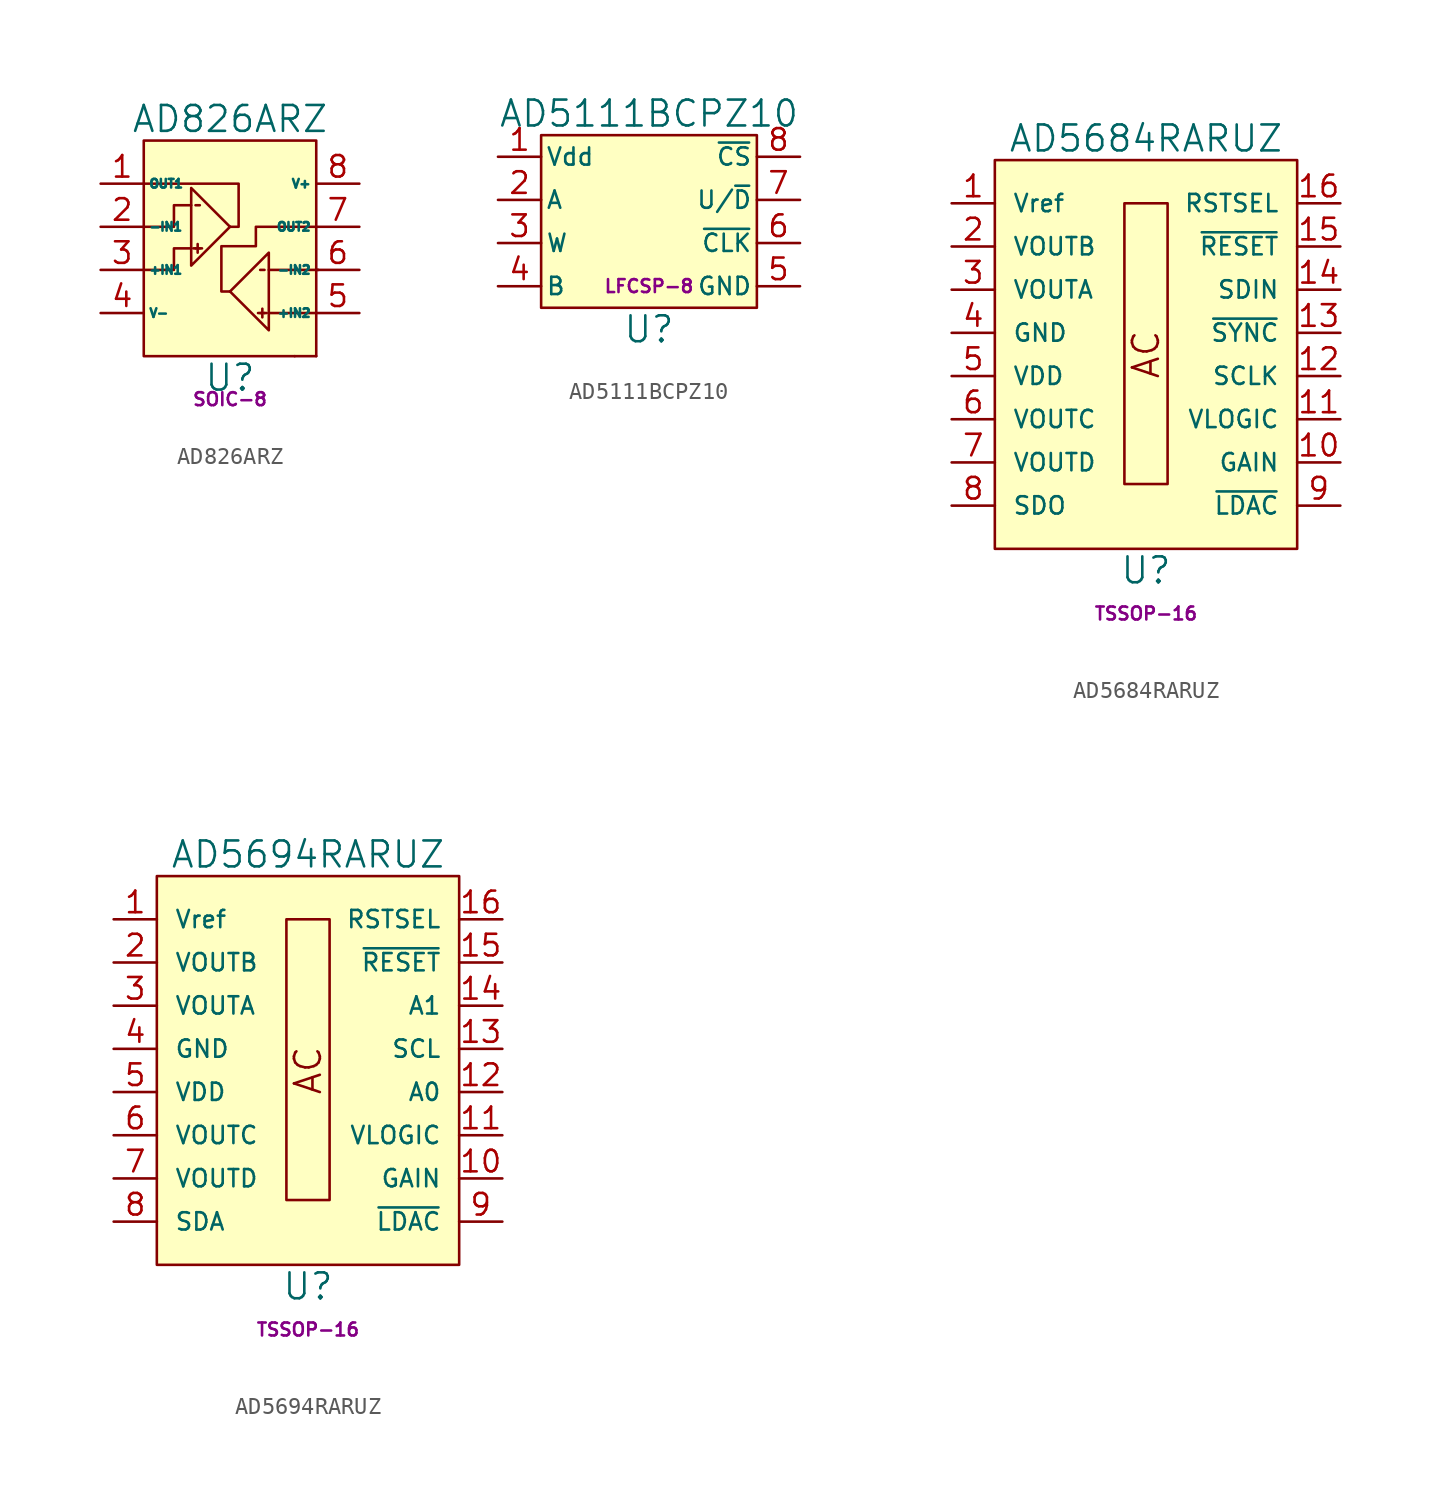
<source format=kicad_sym>
(kicad_symbol_lib
  (version 20220914)
  (generator kicad_symbol_editor)
  (symbol "AD826ARZ"
    (pin_names
      (offset 0.254))
    (property "Reference" "U"
      (at 0 -7.62 0)
      (effects (font (size 1.524 1.524))))
    (property "Value" "AD826ARZ"
      (at 0 7.62 0)
      (effects (font (size 1.524 1.524))))
    (property "Footprint" "SOIC-8"
      (at 0 -8.89 0)
      (effects (font (size 0.762 0.762))))
    (property "Datasheet" ""
      (at 0 0 0)
      (effects (font (size 1.524 1.524))))
    (symbol "AD826ARZ_0_1"
      (rectangle (start -5.08 6.35) (end 5.08 -6.35) (stroke (width 0) (type default)) (fill (type background)))
      (polyline (pts (xy -2.032 0) (xy -2.159 0)) (stroke (width 0) (type default)) (fill (type none)))
      (polyline (pts (xy -2.032 0) (xy -1.778 0)) (stroke (width 0) (type default)) (fill (type none)))
      (polyline (pts (xy -2.032 2.54) (xy -1.778 2.54)) (stroke (width 0) (type default)) (fill (type none)))
      (polyline (pts (xy -1.905 0.254) (xy -1.905 -0.254)) (stroke (width 0) (type default)) (fill (type none)))
      (polyline (pts (xy -1.778 0) (xy -1.651 0)) (stroke (width 0) (type default)) (fill (type none)))
      (polyline (pts (xy 0 -2.54) (xy 0 -2.54)) (stroke (width 0) (type default)) (fill (type none)))
      (polyline (pts (xy 0 1.27) (xy 0 1.27)) (stroke (width 0) (type default)) (fill (type none)))
      (polyline (pts (xy 1.778 -3.81) (xy 1.651 -3.81)) (stroke (width 0) (type default)) (fill (type none)))
      (polyline (pts (xy 1.905 -3.556) (xy 1.905 -4.064)) (stroke (width 0) (type default)) (fill (type none)))
      (polyline (pts (xy 2.032 -3.81) (xy 1.778 -3.81)) (stroke (width 0) (type default)) (fill (type none)))
      (polyline (pts (xy 2.032 -3.81) (xy 2.159 -3.81)) (stroke (width 0) (type default)) (fill (type none)))
      (polyline (pts (xy 2.032 -1.27) (xy 1.778 -1.27)) (stroke (width 0) (type default)) (fill (type none)))
      (polyline (pts (xy 5.08 -3.81) (xy 2.286 -3.81)) (stroke (width 0) (type default)) (fill (type none)))
      (polyline (pts (xy 5.207 -1.27) (xy 2.286 -1.27)) (stroke (width 0) (type default)) (fill (type none)))
      (polyline (pts (xy -5.08 -1.27) (xy -3.302 -1.27) (xy -3.302 0) (xy -2.286 0)) (stroke (width 0) (type default)) (fill (type none)))
      (polyline (pts (xy -5.08 1.27) (xy -3.302 1.27) (xy -3.302 2.54) (xy -2.286 2.54)) (stroke (width 0) (type default)) (fill (type none)))
      (polyline (pts (xy -5.08 3.81) (xy 0.508 3.81) (xy 0.508 1.27) (xy 0 1.27)) (stroke (width 0) (type default)) (fill (type none)))
      (polyline (pts (xy 0 -2.54) (xy 2.286 -0.254) (xy 2.286 -4.826) (xy 0 -2.54)) (stroke (width 0) (type default)) (fill (type none)))
      (polyline (pts (xy 0 1.27) (xy -2.286 3.556) (xy -2.286 -1.016) (xy 0 1.27)) (stroke (width 0) (type default)) (fill (type none)))
      (polyline (pts (xy 5.08 1.27) (xy 1.524 1.27) (xy 1.524 0.127) (xy -0.508 0.127) (xy -0.508 -2.54) (xy 0 -2.54)) (stroke (width 0) (type default)) (fill (type none)))
      (rectangle (start 3.81 -6.35) (end 3.81 -6.35) (stroke (width 0) (type default)) (fill (type none)))
      (rectangle (start 5.08 -6.35) (end 5.08 -6.35) (stroke (width 0) (type default)) (fill (type none))))
    (symbol "AD826ARZ_1_1"
      (pin input line (at -7.62 3.81 0) (length 2.54) (name "OUT1" (effects (font (size 0.508 0.508)))) (number "1" (effects (font (size 1.27 1.27)))))
      (pin passive line (at -7.62 1.27 0) (length 2.54) (name "-IN1" (effects (font (size 0.508 0.508)))) (number "2" (effects (font (size 1.27 1.27)))))
      (pin input line (at -7.62 -1.27 0) (length 2.54) (name "+IN1" (effects (font (size 0.508 0.508)))) (number "3" (effects (font (size 1.27 1.27)))))
      (pin input line (at -7.62 -3.81 0) (length 2.54) (name "V-" (effects (font (size 0.508 0.508)))) (number "4" (effects (font (size 1.27 1.27)))))
      (pin input line (at 7.62 -3.81 180) (length 2.54) (name "+IN2" (effects (font (size 0.508 0.508)))) (number "5" (effects (font (size 1.27 1.27)))))
      (pin input line (at 7.62 -1.27 180) (length 2.54) (name "-IN2" (effects (font (size 0.508 0.508)))) (number "6" (effects (font (size 1.27 1.27)))))
      (pin input line (at 7.62 1.27 180) (length 2.54) (name "OUT2" (effects (font (size 0.508 0.508)))) (number "7" (effects (font (size 1.27 1.27)))))
      (pin input line (at 7.62 3.81 180) (length 2.54) (name "V+" (effects (font (size 0.508 0.508)))) (number "8" (effects (font (size 1.27 1.27)))))))
  (symbol "AD5111BCPZ10"
    (pin_names
      (offset 0.254))
    (property "Reference" "U"
      (at 0 -6.35 0)
      (effects (font (size 1.524 1.524))))
    (property "Value" "AD5111BCPZ10"
      (at 0 6.35 0)
      (effects (font (size 1.524 1.524))))
    (property "Footprint" "LFCSP-8"
      (at 0 -3.81 0)
      (effects (font (size 0.762 0.762))))
    (property "Datasheet" ""
      (at 0 0 0)
      (effects (font (size 1.524 1.524))))
    (symbol "AD5111BCPZ10_0_1"
      (rectangle (start -6.35 5.08) (end 6.35 -5.08) (stroke (width 0) (type default)) (fill (type background))))
    (symbol "AD5111BCPZ10_1_1"
      (pin bidirectional line (at -8.89 3.81 0) (length 2.54) (name "Vdd" (effects (font (size 1.016 1.016)))) (number "1" (effects (font (size 1.27 1.27)))))
      (pin bidirectional line (at -8.89 1.27 0) (length 2.54) (name "A" (effects (font (size 1.016 1.016)))) (number "2" (effects (font (size 1.27 1.27)))))
      (pin bidirectional line (at -8.89 -1.27 0) (length 2.54) (name "W" (effects (font (size 1.016 1.016)))) (number "3" (effects (font (size 1.27 1.27)))))
      (pin bidirectional line (at -8.89 -3.81 0) (length 2.54) (name "B" (effects (font (size 1.016 1.016)))) (number "4" (effects (font (size 1.27 1.27)))))
      (pin bidirectional line (at 8.89 -3.81 180) (length 2.54) (name "GND" (effects (font (size 1.016 1.016)))) (number "5" (effects (font (size 1.27 1.27)))))
      (pin bidirectional line (at 8.89 -1.27 180) (length 2.54) (name "~{CLK}" (effects (font (size 1.016 1.016)))) (number "6" (effects (font (size 1.27 1.27)))))
      (pin bidirectional line (at 8.89 1.27 180) (length 2.54) (name "U/~{D}" (effects (font (size 1.016 1.016)))) (number "7" (effects (font (size 1.27 1.27)))))
      (pin bidirectional line (at 8.89 3.81 180) (length 2.54) (name "~{CS}" (effects (font (size 1.016 1.016)))) (number "8" (effects (font (size 1.27 1.27)))))))
  (symbol "AD5684RARUZ"
    (pin_names
      (offset 1.016))
    (property "Reference" "U"
      (at 0 -12.7 0)
      (effects (font (size 1.524 1.524))))
    (property "Value" "AD5684RARUZ"
      (at 0 12.7 0)
      (effects (font (size 1.524 1.524))))
    (property "Footprint" "TSSOP-16"
      (at 0 -15.24 0)
      (effects (font (size 0.762 0.762))))
    (property "Datasheet" ""
      (at 0 0 0)
      (effects (font (size 1.524 1.524))))
    (symbol "AD5684RARUZ_0_0"
      (text "AC" (at 0 0 900) (effects (font (size 1.524 1.524)))))
    (symbol "AD5684RARUZ_0_1"
      (polyline (pts (xy -1.27 8.89) (xy 1.27 8.89) (xy 1.27 -7.62) (xy -1.27 -7.62) (xy -1.27 8.89) (xy -1.27 8.89)) (stroke (width 0) (type default)) (fill (type none)))
      (polyline (pts (xy -8.89 11.43) (xy -8.89 -11.43) (xy 8.89 -11.43) (xy 8.89 11.43) (xy -8.89 11.43) (xy -8.89 11.43) (xy -8.89 11.43)) (stroke (width 0) (type default)) (fill (type background))))
    (symbol "AD5684RARUZ_1_1"
      (pin bidirectional line (at -11.43 8.89 0) (length 2.54) (name "Vref" (effects (font (size 1.016 1.016)))) (number "1" (effects (font (size 1.27 1.27)))))
      (pin bidirectional line (at 11.43 -6.35 180) (length 2.54) (name "GAIN" (effects (font (size 1.016 1.016)))) (number "10" (effects (font (size 1.27 1.27)))))
      (pin bidirectional line (at 11.43 -3.81 180) (length 2.54) (name "VLOGIC" (effects (font (size 1.016 1.016)))) (number "11" (effects (font (size 1.27 1.27)))))
      (pin bidirectional line (at 11.43 -1.27 180) (length 2.54) (name "SCLK" (effects (font (size 1.016 1.016)))) (number "12" (effects (font (size 1.27 1.27)))))
      (pin bidirectional line (at 11.43 1.27 180) (length 2.54) (name "~{SYNC}" (effects (font (size 1.016 1.016)))) (number "13" (effects (font (size 1.27 1.27)))))
      (pin bidirectional line (at 11.43 3.81 180) (length 2.54) (name "SDIN" (effects (font (size 1.016 1.016)))) (number "14" (effects (font (size 1.27 1.27)))))
      (pin bidirectional line (at 11.43 6.35 180) (length 2.54) (name "~{RESET}" (effects (font (size 1.016 1.016)))) (number "15" (effects (font (size 1.27 1.27)))))
      (pin bidirectional line (at 11.43 8.89 180) (length 2.54) (name "RSTSEL" (effects (font (size 1.016 1.016)))) (number "16" (effects (font (size 1.27 1.27)))))
      (pin bidirectional line (at -11.43 6.35 0) (length 2.54) (name "VOUTB" (effects (font (size 1.016 1.016)))) (number "2" (effects (font (size 1.27 1.27)))))
      (pin bidirectional line (at -11.43 3.81 0) (length 2.54) (name "VOUTA" (effects (font (size 1.016 1.016)))) (number "3" (effects (font (size 1.27 1.27)))))
      (pin bidirectional line (at -11.43 1.27 0) (length 2.54) (name "GND" (effects (font (size 1.016 1.016)))) (number "4" (effects (font (size 1.27 1.27)))))
      (pin bidirectional line (at -11.43 -1.27 0) (length 2.54) (name "VDD" (effects (font (size 1.016 1.016)))) (number "5" (effects (font (size 1.27 1.27)))))
      (pin bidirectional line (at -11.43 -3.81 0) (length 2.54) (name "VOUTC" (effects (font (size 1.016 1.016)))) (number "6" (effects (font (size 1.27 1.27)))))
      (pin bidirectional line (at -11.43 -6.35 0) (length 2.54) (name "VOUTD" (effects (font (size 1.016 1.016)))) (number "7" (effects (font (size 1.27 1.27)))))
      (pin bidirectional line (at -11.43 -8.89 0) (length 2.54) (name "SDO" (effects (font (size 1.016 1.016)))) (number "8" (effects (font (size 1.27 1.27)))))
      (pin bidirectional line (at 11.43 -8.89 180) (length 2.54) (name "~{LDAC}" (effects (font (size 1.016 1.016)))) (number "9" (effects (font (size 1.27 1.27)))))))
  (symbol "AD5694RARUZ"
    (pin_names
      (offset 1.016))
    (property "Reference" "U"
      (at 0 -12.7 0)
      (effects (font (size 1.524 1.524))))
    (property "Value" "AD5694RARUZ"
      (at 0 12.7 0)
      (effects (font (size 1.524 1.524))))
    (property "Footprint" "TSSOP-16"
      (at 0 -15.24 0)
      (effects (font (size 0.762 0.762))))
    (property "Datasheet" ""
      (at 0 0 0)
      (effects (font (size 1.524 1.524))))
    (symbol "AD5694RARUZ_0_0"
      (text "AC" (at 0 0 900) (effects (font (size 1.524 1.524)))))
    (symbol "AD5694RARUZ_0_1"
      (polyline (pts (xy -1.27 8.89) (xy 1.27 8.89) (xy 1.27 -7.62) (xy -1.27 -7.62) (xy -1.27 8.89) (xy -1.27 8.89)) (stroke (width 0) (type default)) (fill (type none)))
      (polyline (pts (xy -8.89 11.43) (xy -8.89 -11.43) (xy 8.89 -11.43) (xy 8.89 11.43) (xy -8.89 11.43) (xy -8.89 11.43) (xy -8.89 11.43)) (stroke (width 0) (type default)) (fill (type background))))
    (symbol "AD5694RARUZ_1_1"
      (pin bidirectional line (at -11.43 8.89 0) (length 2.54) (name "Vref" (effects (font (size 1.016 1.016)))) (number "1" (effects (font (size 1.27 1.27)))))
      (pin bidirectional line (at 11.43 -6.35 180) (length 2.54) (name "GAIN" (effects (font (size 1.016 1.016)))) (number "10" (effects (font (size 1.27 1.27)))))
      (pin bidirectional line (at 11.43 -3.81 180) (length 2.54) (name "VLOGIC" (effects (font (size 1.016 1.016)))) (number "11" (effects (font (size 1.27 1.27)))))
      (pin bidirectional line (at 11.43 -1.27 180) (length 2.54) (name "A0" (effects (font (size 1.016 1.016)))) (number "12" (effects (font (size 1.27 1.27)))))
      (pin bidirectional line (at 11.43 1.27 180) (length 2.54) (name "SCL" (effects (font (size 1.016 1.016)))) (number "13" (effects (font (size 1.27 1.27)))))
      (pin bidirectional line (at 11.43 3.81 180) (length 2.54) (name "A1" (effects (font (size 1.016 1.016)))) (number "14" (effects (font (size 1.27 1.27)))))
      (pin bidirectional line (at 11.43 6.35 180) (length 2.54) (name "~{RESET}" (effects (font (size 1.016 1.016)))) (number "15" (effects (font (size 1.27 1.27)))))
      (pin bidirectional line (at 11.43 8.89 180) (length 2.54) (name "RSTSEL" (effects (font (size 1.016 1.016)))) (number "16" (effects (font (size 1.27 1.27)))))
      (pin bidirectional line (at -11.43 6.35 0) (length 2.54) (name "VOUTB" (effects (font (size 1.016 1.016)))) (number "2" (effects (font (size 1.27 1.27)))))
      (pin bidirectional line (at -11.43 3.81 0) (length 2.54) (name "VOUTA" (effects (font (size 1.016 1.016)))) (number "3" (effects (font (size 1.27 1.27)))))
      (pin bidirectional line (at -11.43 1.27 0) (length 2.54) (name "GND" (effects (font (size 1.016 1.016)))) (number "4" (effects (font (size 1.27 1.27)))))
      (pin bidirectional line (at -11.43 -1.27 0) (length 2.54) (name "VDD" (effects (font (size 1.016 1.016)))) (number "5" (effects (font (size 1.27 1.27)))))
      (pin bidirectional line (at -11.43 -3.81 0) (length 2.54) (name "VOUTC" (effects (font (size 1.016 1.016)))) (number "6" (effects (font (size 1.27 1.27)))))
      (pin bidirectional line (at -11.43 -6.35 0) (length 2.54) (name "VOUTD" (effects (font (size 1.016 1.016)))) (number "7" (effects (font (size 1.27 1.27)))))
      (pin bidirectional line (at -11.43 -8.89 0) (length 2.54) (name "SDA" (effects (font (size 1.016 1.016)))) (number "8" (effects (font (size 1.27 1.27)))))
      (pin bidirectional line (at 11.43 -8.89 180) (length 2.54) (name "~{LDAC}" (effects (font (size 1.016 1.016)))) (number "9" (effects (font (size 1.27 1.27))))))))
</source>
